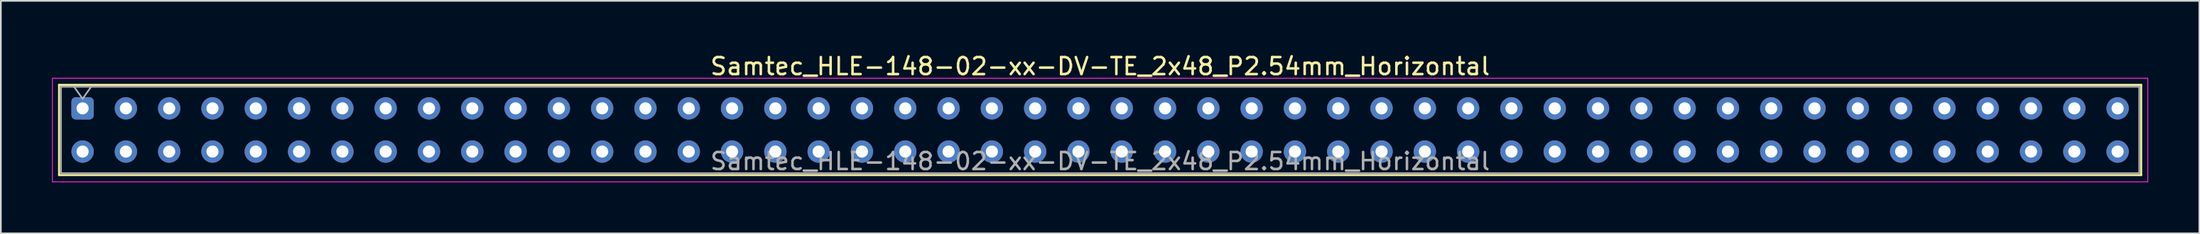
<source format=kicad_pcb>
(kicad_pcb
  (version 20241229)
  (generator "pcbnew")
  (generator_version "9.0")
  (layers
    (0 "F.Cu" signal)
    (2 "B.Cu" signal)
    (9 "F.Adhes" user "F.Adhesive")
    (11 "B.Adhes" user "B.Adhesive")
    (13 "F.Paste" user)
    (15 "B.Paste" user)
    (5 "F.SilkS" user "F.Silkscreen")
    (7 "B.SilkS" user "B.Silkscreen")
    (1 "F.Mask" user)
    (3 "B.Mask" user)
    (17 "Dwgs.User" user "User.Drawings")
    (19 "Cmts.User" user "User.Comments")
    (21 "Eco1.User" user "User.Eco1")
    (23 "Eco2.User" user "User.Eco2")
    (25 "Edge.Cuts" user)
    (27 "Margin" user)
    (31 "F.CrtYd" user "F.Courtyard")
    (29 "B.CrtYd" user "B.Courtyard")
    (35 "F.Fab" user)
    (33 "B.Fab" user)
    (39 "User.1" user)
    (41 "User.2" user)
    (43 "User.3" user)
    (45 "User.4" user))
  (footprint "Samtec_HLE-148-02-xx-DV-TE_2x48_P2.54mm_Horizontal"
    (layer "F.Cu")
    (at 1.795 3.318)
    (property "Reference" "Samtec_HLE-148-02-xx-DV-TE_2x48_P2.54mm_Horizontal" (at 59.69 -2.47 0) (layer "F.SilkS") (effects (font (size 1 1) (thickness 0.15))))
    (attr through_hole)
    (fp_line (start -1.38 -1.38) (end 120.76 -1.38) (stroke (width 0.12) (type solid)) (layer "F.SilkS"))
    (fp_line (start -1.38 3.92) (end -1.38 -1.38) (stroke (width 0.12) (type solid)) (layer "F.SilkS"))
    (fp_line (start 120.76 -1.38) (end 120.76 3.92) (stroke (width 0.12) (type solid)) (layer "F.SilkS"))
    (fp_line (start 120.76 3.92) (end -1.38 3.92) (stroke (width 0.12) (type solid)) (layer "F.SilkS"))
    (fp_line (start -1.77 -1.77) (end 121.15 -1.77) (stroke (width 0.05) (type solid)) (layer "F.CrtYd"))
    (fp_line (start -1.77 4.32) (end -1.77 -1.77) (stroke (width 0.05) (type solid)) (layer "F.CrtYd"))
    (fp_line (start 121.15 -1.77) (end 121.15 4.32) (stroke (width 0.05) (type solid)) (layer "F.CrtYd"))
    (fp_line (start 121.15 4.32) (end -1.77 4.32) (stroke (width 0.05) (type solid)) (layer "F.CrtYd"))
    (fp_line (start -1.27 -1.27) (end 120.65 -1.27) (stroke (width 0.1) (type solid)) (layer "F.Fab"))
    (fp_line (start -1.27 3.81) (end -1.27 -1.27) (stroke (width 0.1) (type solid)) (layer "F.Fab"))
    (fp_line (start -0.5 -1.27) (end 0 -0.563) (stroke (width 0.1) (type solid)) (layer "F.Fab"))
    (fp_line (start 0 -0.563) (end 0.5 -1.27) (stroke (width 0.1) (type solid)) (layer "F.Fab"))
    (fp_line (start 120.65 -1.27) (end 120.65 3.81) (stroke (width 0.1) (type solid)) (layer "F.Fab"))
    (fp_line (start 120.65 3.81) (end -1.27 3.81) (stroke (width 0.1) (type solid)) (layer "F.Fab"))
    (fp_text user "${REFERENCE}" (at 59.69 3.11 0) (layer "F.Fab") (effects (font (size 1 1) (thickness 0.15))))
    (pad "1" thru_hole roundrect (at 0 0) (size 1.31 1.31) (drill 0.71) (layers "*.Cu" "*.Mask") (roundrect_rratio 0.191))
    (pad "2" thru_hole circle (at 0 2.54) (size 1.31 1.31) (drill 0.71) (layers "*.Cu" "*.Mask"))
    (pad "3" thru_hole circle (at 2.54 0) (size 1.31 1.31) (drill 0.71) (layers "*.Cu" "*.Mask"))
    (pad "4" thru_hole circle (at 2.54 2.54) (size 1.31 1.31) (drill 0.71) (layers "*.Cu" "*.Mask"))
    (pad "5" thru_hole circle (at 5.08 0) (size 1.31 1.31) (drill 0.71) (layers "*.Cu" "*.Mask"))
    (pad "6" thru_hole circle (at 5.08 2.54) (size 1.31 1.31) (drill 0.71) (layers "*.Cu" "*.Mask"))
    (pad "7" thru_hole circle (at 7.62 0) (size 1.31 1.31) (drill 0.71) (layers "*.Cu" "*.Mask"))
    (pad "8" thru_hole circle (at 7.62 2.54) (size 1.31 1.31) (drill 0.71) (layers "*.Cu" "*.Mask"))
    (pad "9" thru_hole circle (at 10.16 0) (size 1.31 1.31) (drill 0.71) (layers "*.Cu" "*.Mask"))
    (pad "10" thru_hole circle (at 10.16 2.54) (size 1.31 1.31) (drill 0.71) (layers "*.Cu" "*.Mask"))
    (pad "11" thru_hole circle (at 12.7 0) (size 1.31 1.31) (drill 0.71) (layers "*.Cu" "*.Mask"))
    (pad "12" thru_hole circle (at 12.7 2.54) (size 1.31 1.31) (drill 0.71) (layers "*.Cu" "*.Mask"))
    (pad "13" thru_hole circle (at 15.24 0) (size 1.31 1.31) (drill 0.71) (layers "*.Cu" "*.Mask"))
    (pad "14" thru_hole circle (at 15.24 2.54) (size 1.31 1.31) (drill 0.71) (layers "*.Cu" "*.Mask"))
    (pad "15" thru_hole circle (at 17.78 0) (size 1.31 1.31) (drill 0.71) (layers "*.Cu" "*.Mask"))
    (pad "16" thru_hole circle (at 17.78 2.54) (size 1.31 1.31) (drill 0.71) (layers "*.Cu" "*.Mask"))
    (pad "17" thru_hole circle (at 20.32 0) (size 1.31 1.31) (drill 0.71) (layers "*.Cu" "*.Mask"))
    (pad "18" thru_hole circle (at 20.32 2.54) (size 1.31 1.31) (drill 0.71) (layers "*.Cu" "*.Mask"))
    (pad "19" thru_hole circle (at 22.86 0) (size 1.31 1.31) (drill 0.71) (layers "*.Cu" "*.Mask"))
    (pad "20" thru_hole circle (at 22.86 2.54) (size 1.31 1.31) (drill 0.71) (layers "*.Cu" "*.Mask"))
    (pad "21" thru_hole circle (at 25.4 0) (size 1.31 1.31) (drill 0.71) (layers "*.Cu" "*.Mask"))
    (pad "22" thru_hole circle (at 25.4 2.54) (size 1.31 1.31) (drill 0.71) (layers "*.Cu" "*.Mask"))
    (pad "23" thru_hole circle (at 27.94 0) (size 1.31 1.31) (drill 0.71) (layers "*.Cu" "*.Mask"))
    (pad "24" thru_hole circle (at 27.94 2.54) (size 1.31 1.31) (drill 0.71) (layers "*.Cu" "*.Mask"))
    (pad "25" thru_hole circle (at 30.48 0) (size 1.31 1.31) (drill 0.71) (layers "*.Cu" "*.Mask"))
    (pad "26" thru_hole circle (at 30.48 2.54) (size 1.31 1.31) (drill 0.71) (layers "*.Cu" "*.Mask"))
    (pad "27" thru_hole circle (at 33.02 0) (size 1.31 1.31) (drill 0.71) (layers "*.Cu" "*.Mask"))
    (pad "28" thru_hole circle (at 33.02 2.54) (size 1.31 1.31) (drill 0.71) (layers "*.Cu" "*.Mask"))
    (pad "29" thru_hole circle (at 35.56 0) (size 1.31 1.31) (drill 0.71) (layers "*.Cu" "*.Mask"))
    (pad "30" thru_hole circle (at 35.56 2.54) (size 1.31 1.31) (drill 0.71) (layers "*.Cu" "*.Mask"))
    (pad "31" thru_hole circle (at 38.1 0) (size 1.31 1.31) (drill 0.71) (layers "*.Cu" "*.Mask"))
    (pad "32" thru_hole circle (at 38.1 2.54) (size 1.31 1.31) (drill 0.71) (layers "*.Cu" "*.Mask"))
    (pad "33" thru_hole circle (at 40.64 0) (size 1.31 1.31) (drill 0.71) (layers "*.Cu" "*.Mask"))
    (pad "34" thru_hole circle (at 40.64 2.54) (size 1.31 1.31) (drill 0.71) (layers "*.Cu" "*.Mask"))
    (pad "35" thru_hole circle (at 43.18 0) (size 1.31 1.31) (drill 0.71) (layers "*.Cu" "*.Mask"))
    (pad "36" thru_hole circle (at 43.18 2.54) (size 1.31 1.31) (drill 0.71) (layers "*.Cu" "*.Mask"))
    (pad "37" thru_hole circle (at 45.72 0) (size 1.31 1.31) (drill 0.71) (layers "*.Cu" "*.Mask"))
    (pad "38" thru_hole circle (at 45.72 2.54) (size 1.31 1.31) (drill 0.71) (layers "*.Cu" "*.Mask"))
    (pad "39" thru_hole circle (at 48.26 0) (size 1.31 1.31) (drill 0.71) (layers "*.Cu" "*.Mask"))
    (pad "40" thru_hole circle (at 48.26 2.54) (size 1.31 1.31) (drill 0.71) (layers "*.Cu" "*.Mask"))
    (pad "41" thru_hole circle (at 50.8 0) (size 1.31 1.31) (drill 0.71) (layers "*.Cu" "*.Mask"))
    (pad "42" thru_hole circle (at 50.8 2.54) (size 1.31 1.31) (drill 0.71) (layers "*.Cu" "*.Mask"))
    (pad "43" thru_hole circle (at 53.34 0) (size 1.31 1.31) (drill 0.71) (layers "*.Cu" "*.Mask"))
    (pad "44" thru_hole circle (at 53.34 2.54) (size 1.31 1.31) (drill 0.71) (layers "*.Cu" "*.Mask"))
    (pad "45" thru_hole circle (at 55.88 0) (size 1.31 1.31) (drill 0.71) (layers "*.Cu" "*.Mask"))
    (pad "46" thru_hole circle (at 55.88 2.54) (size 1.31 1.31) (drill 0.71) (layers "*.Cu" "*.Mask"))
    (pad "47" thru_hole circle (at 58.42 0) (size 1.31 1.31) (drill 0.71) (layers "*.Cu" "*.Mask"))
    (pad "48" thru_hole circle (at 58.42 2.54) (size 1.31 1.31) (drill 0.71) (layers "*.Cu" "*.Mask"))
    (pad "49" thru_hole circle (at 60.96 0) (size 1.31 1.31) (drill 0.71) (layers "*.Cu" "*.Mask"))
    (pad "50" thru_hole circle (at 60.96 2.54) (size 1.31 1.31) (drill 0.71) (layers "*.Cu" "*.Mask"))
    (pad "51" thru_hole circle (at 63.5 0) (size 1.31 1.31) (drill 0.71) (layers "*.Cu" "*.Mask"))
    (pad "52" thru_hole circle (at 63.5 2.54) (size 1.31 1.31) (drill 0.71) (layers "*.Cu" "*.Mask"))
    (pad "53" thru_hole circle (at 66.04 0) (size 1.31 1.31) (drill 0.71) (layers "*.Cu" "*.Mask"))
    (pad "54" thru_hole circle (at 66.04 2.54) (size 1.31 1.31) (drill 0.71) (layers "*.Cu" "*.Mask"))
    (pad "55" thru_hole circle (at 68.58 0) (size 1.31 1.31) (drill 0.71) (layers "*.Cu" "*.Mask"))
    (pad "56" thru_hole circle (at 68.58 2.54) (size 1.31 1.31) (drill 0.71) (layers "*.Cu" "*.Mask"))
    (pad "57" thru_hole circle (at 71.12 0) (size 1.31 1.31) (drill 0.71) (layers "*.Cu" "*.Mask"))
    (pad "58" thru_hole circle (at 71.12 2.54) (size 1.31 1.31) (drill 0.71) (layers "*.Cu" "*.Mask"))
    (pad "59" thru_hole circle (at 73.66 0) (size 1.31 1.31) (drill 0.71) (layers "*.Cu" "*.Mask"))
    (pad "60" thru_hole circle (at 73.66 2.54) (size 1.31 1.31) (drill 0.71) (layers "*.Cu" "*.Mask"))
    (pad "61" thru_hole circle (at 76.2 0) (size 1.31 1.31) (drill 0.71) (layers "*.Cu" "*.Mask"))
    (pad "62" thru_hole circle (at 76.2 2.54) (size 1.31 1.31) (drill 0.71) (layers "*.Cu" "*.Mask"))
    (pad "63" thru_hole circle (at 78.74 0) (size 1.31 1.31) (drill 0.71) (layers "*.Cu" "*.Mask"))
    (pad "64" thru_hole circle (at 78.74 2.54) (size 1.31 1.31) (drill 0.71) (layers "*.Cu" "*.Mask"))
    (pad "65" thru_hole circle (at 81.28 0) (size 1.31 1.31) (drill 0.71) (layers "*.Cu" "*.Mask"))
    (pad "66" thru_hole circle (at 81.28 2.54) (size 1.31 1.31) (drill 0.71) (layers "*.Cu" "*.Mask"))
    (pad "67" thru_hole circle (at 83.82 0) (size 1.31 1.31) (drill 0.71) (layers "*.Cu" "*.Mask"))
    (pad "68" thru_hole circle (at 83.82 2.54) (size 1.31 1.31) (drill 0.71) (layers "*.Cu" "*.Mask"))
    (pad "69" thru_hole circle (at 86.36 0) (size 1.31 1.31) (drill 0.71) (layers "*.Cu" "*.Mask"))
    (pad "70" thru_hole circle (at 86.36 2.54) (size 1.31 1.31) (drill 0.71) (layers "*.Cu" "*.Mask"))
    (pad "71" thru_hole circle (at 88.9 0) (size 1.31 1.31) (drill 0.71) (layers "*.Cu" "*.Mask"))
    (pad "72" thru_hole circle (at 88.9 2.54) (size 1.31 1.31) (drill 0.71) (layers "*.Cu" "*.Mask"))
    (pad "73" thru_hole circle (at 91.44 0) (size 1.31 1.31) (drill 0.71) (layers "*.Cu" "*.Mask"))
    (pad "74" thru_hole circle (at 91.44 2.54) (size 1.31 1.31) (drill 0.71) (layers "*.Cu" "*.Mask"))
    (pad "75" thru_hole circle (at 93.98 0) (size 1.31 1.31) (drill 0.71) (layers "*.Cu" "*.Mask"))
    (pad "76" thru_hole circle (at 93.98 2.54) (size 1.31 1.31) (drill 0.71) (layers "*.Cu" "*.Mask"))
    (pad "77" thru_hole circle (at 96.52 0) (size 1.31 1.31) (drill 0.71) (layers "*.Cu" "*.Mask"))
    (pad "78" thru_hole circle (at 96.52 2.54) (size 1.31 1.31) (drill 0.71) (layers "*.Cu" "*.Mask"))
    (pad "79" thru_hole circle (at 99.06 0) (size 1.31 1.31) (drill 0.71) (layers "*.Cu" "*.Mask"))
    (pad "80" thru_hole circle (at 99.06 2.54) (size 1.31 1.31) (drill 0.71) (layers "*.Cu" "*.Mask"))
    (pad "81" thru_hole circle (at 101.6 0) (size 1.31 1.31) (drill 0.71) (layers "*.Cu" "*.Mask"))
    (pad "82" thru_hole circle (at 101.6 2.54) (size 1.31 1.31) (drill 0.71) (layers "*.Cu" "*.Mask"))
    (pad "83" thru_hole circle (at 104.14 0) (size 1.31 1.31) (drill 0.71) (layers "*.Cu" "*.Mask"))
    (pad "84" thru_hole circle (at 104.14 2.54) (size 1.31 1.31) (drill 0.71) (layers "*.Cu" "*.Mask"))
    (pad "85" thru_hole circle (at 106.68 0) (size 1.31 1.31) (drill 0.71) (layers "*.Cu" "*.Mask"))
    (pad "86" thru_hole circle (at 106.68 2.54) (size 1.31 1.31) (drill 0.71) (layers "*.Cu" "*.Mask"))
    (pad "87" thru_hole circle (at 109.22 0) (size 1.31 1.31) (drill 0.71) (layers "*.Cu" "*.Mask"))
    (pad "88" thru_hole circle (at 109.22 2.54) (size 1.31 1.31) (drill 0.71) (layers "*.Cu" "*.Mask"))
    (pad "89" thru_hole circle (at 111.76 0) (size 1.31 1.31) (drill 0.71) (layers "*.Cu" "*.Mask"))
    (pad "90" thru_hole circle (at 111.76 2.54) (size 1.31 1.31) (drill 0.71) (layers "*.Cu" "*.Mask"))
    (pad "91" thru_hole circle (at 114.3 0) (size 1.31 1.31) (drill 0.71) (layers "*.Cu" "*.Mask"))
    (pad "92" thru_hole circle (at 114.3 2.54) (size 1.31 1.31) (drill 0.71) (layers "*.Cu" "*.Mask"))
    (pad "93" thru_hole circle (at 116.84 0) (size 1.31 1.31) (drill 0.71) (layers "*.Cu" "*.Mask"))
    (pad "94" thru_hole circle (at 116.84 2.54) (size 1.31 1.31) (drill 0.71) (layers "*.Cu" "*.Mask"))
    (pad "95" thru_hole circle (at 119.38 0) (size 1.31 1.31) (drill 0.71) (layers "*.Cu" "*.Mask"))
    (pad "96" thru_hole circle (at 119.38 2.54) (size 1.31 1.31) (drill 0.71) (layers "*.Cu" "*.Mask")))
  (gr_rect
    (start -3 -3)
    (end 125.97 10.663)
    (stroke (width 0.1) (type default))
    (fill no)
    (layer "Edge.Cuts")))
</source>
